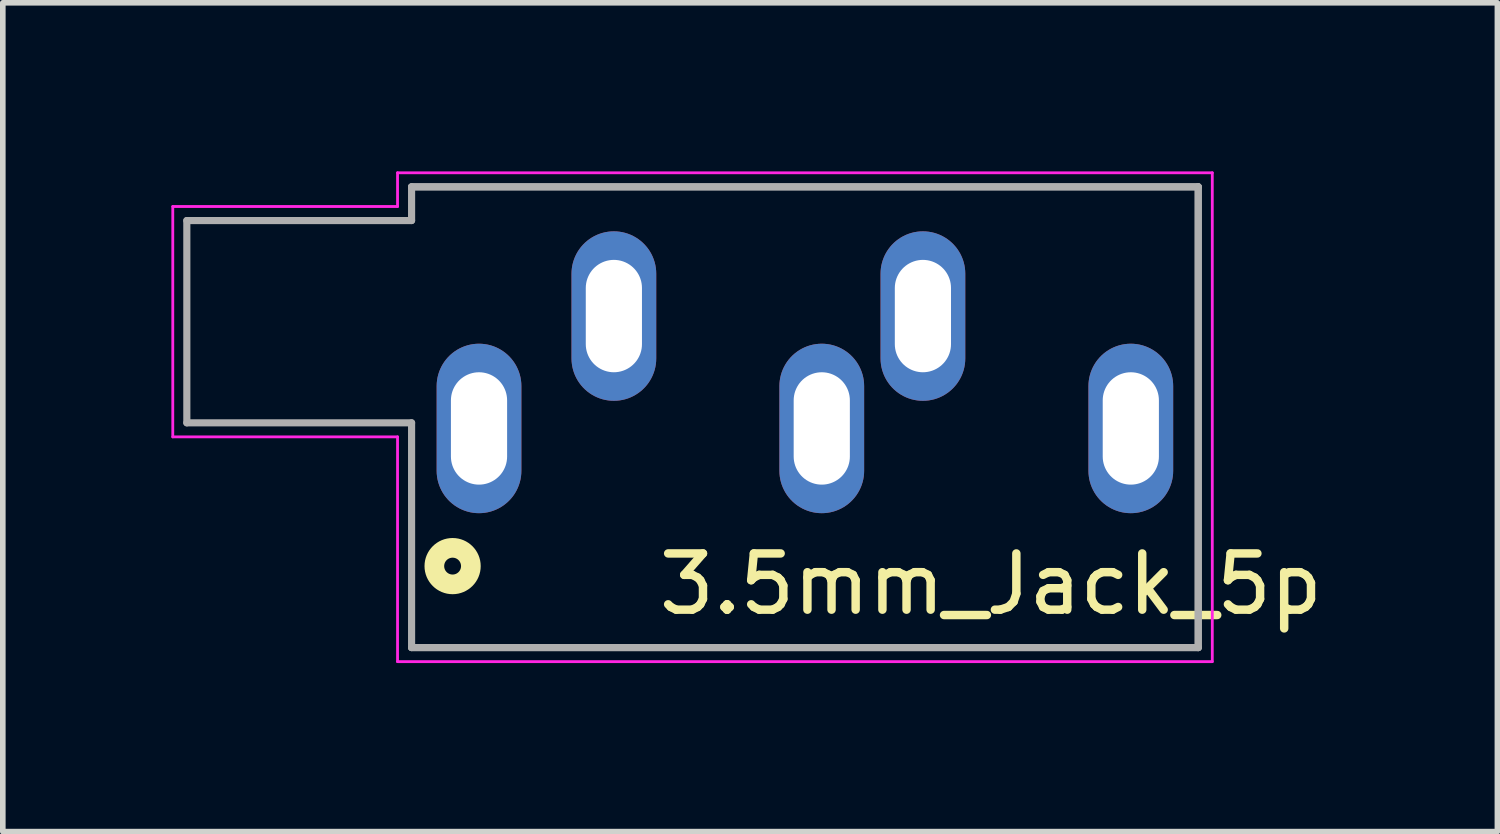
<source format=kicad_pcb>
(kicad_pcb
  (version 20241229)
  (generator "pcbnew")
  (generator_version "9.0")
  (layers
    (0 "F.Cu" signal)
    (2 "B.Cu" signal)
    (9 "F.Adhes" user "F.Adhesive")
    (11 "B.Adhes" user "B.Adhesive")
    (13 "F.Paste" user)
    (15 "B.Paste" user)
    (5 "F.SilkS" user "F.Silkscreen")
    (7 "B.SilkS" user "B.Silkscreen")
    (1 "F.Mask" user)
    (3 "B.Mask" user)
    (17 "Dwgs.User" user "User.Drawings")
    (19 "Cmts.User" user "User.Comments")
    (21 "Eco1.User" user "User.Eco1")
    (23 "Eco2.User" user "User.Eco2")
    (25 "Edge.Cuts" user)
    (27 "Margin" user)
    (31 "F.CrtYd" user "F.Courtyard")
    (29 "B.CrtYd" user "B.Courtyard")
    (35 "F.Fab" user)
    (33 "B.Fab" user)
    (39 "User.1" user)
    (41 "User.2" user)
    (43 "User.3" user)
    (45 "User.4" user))
  (footprint "3.5mm_Jack_5p"
    (layer "F.Cu")
    (at 5.475 4.575)
    (property "Reference" "3.5mm_Jack_5p" (at 9.11 2.77 0) (layer "F.SilkS") (effects (font (size 1.001 1.001) (thickness 0.15))))
    (attr through_hole)
    (fp_circle (center -0.47 2.45) (end -0.32 2.45) (stroke (width 0.35) (type solid)) (fill no) (layer "F.SilkS"))
    (fp_line (start -5.45 -3.95) (end -1.45 -3.95) (stroke (width 0.05) (type solid)) (layer "F.CrtYd"))
    (fp_line (start -5.45 0.15) (end -5.45 -3.95) (stroke (width 0.05) (type solid)) (layer "F.CrtYd"))
    (fp_line (start -1.45 -4.55) (end 13.05 -4.55) (stroke (width 0.05) (type solid)) (layer "F.CrtYd"))
    (fp_line (start -1.45 -3.95) (end -1.45 -4.55) (stroke (width 0.05) (type solid)) (layer "F.CrtYd"))
    (fp_line (start -1.45 0.15) (end -5.45 0.15) (stroke (width 0.05) (type solid)) (layer "F.CrtYd"))
    (fp_line (start -1.45 4.15) (end -1.45 0.15) (stroke (width 0.05) (type solid)) (layer "F.CrtYd"))
    (fp_line (start 13.05 -4.55) (end 13.05 4.15) (stroke (width 0.05) (type solid)) (layer "F.CrtYd"))
    (fp_line (start 13.05 4.15) (end -1.45 4.15) (stroke (width 0.05) (type solid)) (layer "F.CrtYd"))
    (fp_line (start -5.2 -3.7) (end -1.2 -3.7) (stroke (width 0.127) (type solid)) (layer "F.Fab"))
    (fp_line (start -5.2 -0.1) (end -5.2 -3.7) (stroke (width 0.127) (type solid)) (layer "F.Fab"))
    (fp_line (start -1.2 -4.3) (end 12.8 -4.3) (stroke (width 0.127) (type solid)) (layer "F.Fab"))
    (fp_line (start -1.2 -4.3) (end 12.8 -4.3) (stroke (width 0.127) (type solid)) (layer "F.Fab"))
    (fp_line (start -1.2 -3.7) (end -1.2 -4.3) (stroke (width 0.127) (type solid)) (layer "F.Fab"))
    (fp_line (start -1.2 -0.1) (end -5.2 -0.1) (stroke (width 0.127) (type solid)) (layer "F.Fab"))
    (fp_line (start -1.2 3.9) (end -1.2 -0.1) (stroke (width 0.127) (type solid)) (layer "F.Fab"))
    (fp_line (start 12.8 -4.3) (end 12.8 3.9) (stroke (width 0.127) (type solid)) (layer "F.Fab"))
    (fp_line (start 12.8 -4.3) (end 12.8 3.9) (stroke (width 0.127) (type solid)) (layer "F.Fab"))
    (fp_line (start 12.8 3.9) (end -1.2 3.9) (stroke (width 0.127) (type solid)) (layer "F.Fab"))
    (fp_line (start 12.8 3.9) (end -1.2 3.9) (stroke (width 0.127) (type solid)) (layer "F.Fab"))
    (pad "1" thru_hole oval (at 0 0) (size 1.508 3.016) (drill oval 1 2) (layers "*.Cu" "*.Mask"))
    (pad "2" thru_hole oval (at 2.4 -2) (size 1.508 3.016) (drill oval 1 2) (layers "*.Cu" "*.Mask"))
    (pad "3" thru_hole oval (at 7.9 -2) (size 1.508 3.016) (drill oval 1 2) (layers "*.Cu" "*.Mask"))
    (pad "4" thru_hole oval (at 11.6 0) (size 1.508 3.016) (drill oval 1 2) (layers "*.Cu" "*.Mask"))
    (pad "5" thru_hole oval (at 6.1 0) (size 1.508 3.016) (drill oval 1 2) (layers "*.Cu" "*.Mask")))
  (gr_rect
    (start -3 -3)
    (end 23.599 11.75)
    (stroke (width 0.1) (type default))
    (fill no)
    (layer "Edge.Cuts")))
</source>
